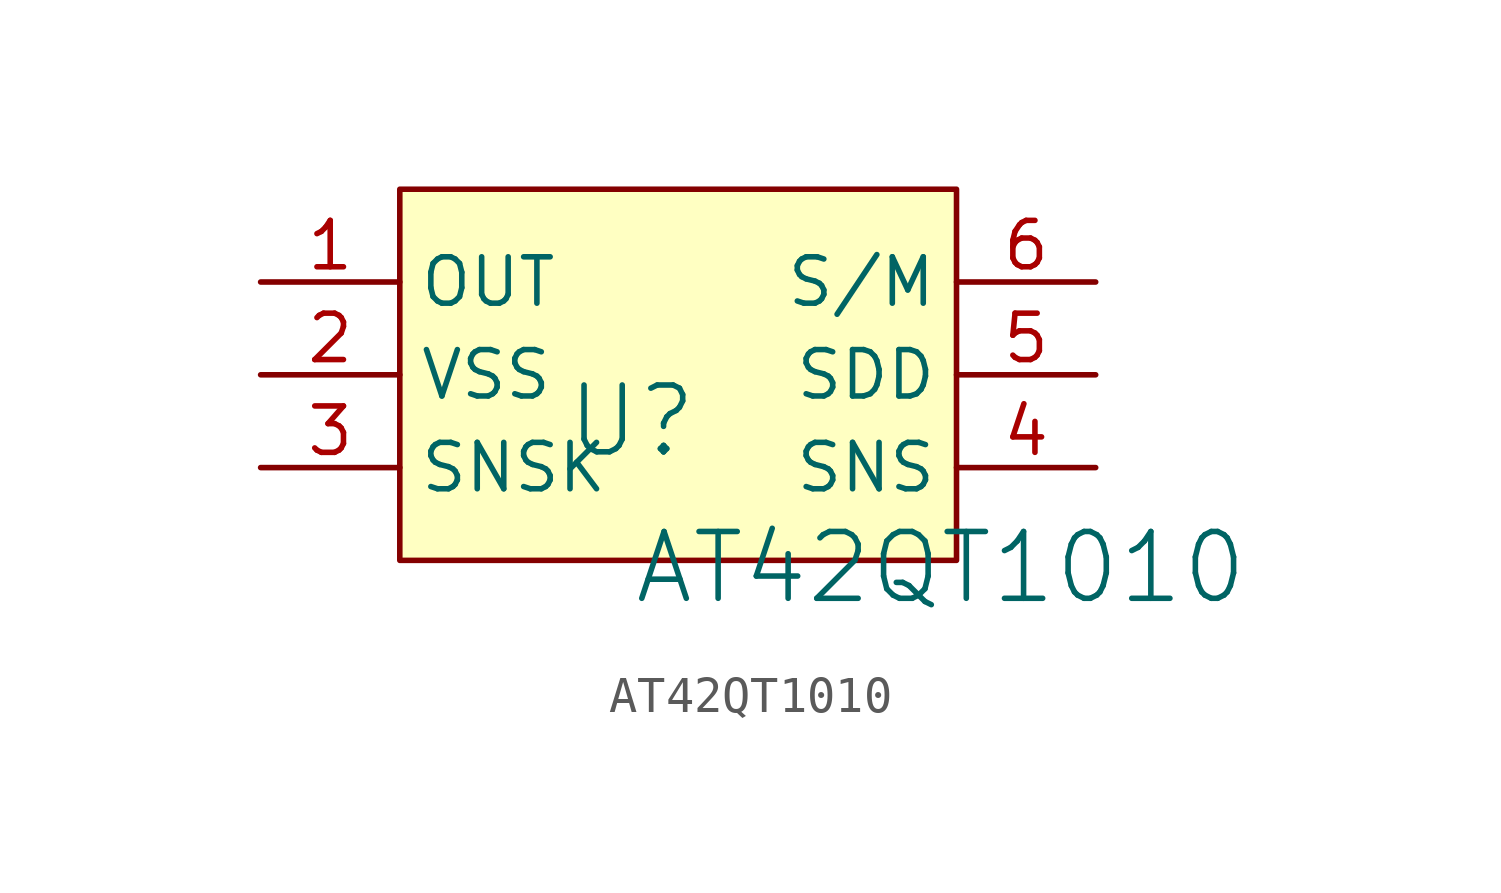
<source format=kicad_sym>
(kicad_symbol_lib
  (version 20241209)
  (generator "kicad_symbol_editor")
  (generator_version "9.0")
  (symbol "AT42QT1010"
    (property "Reference" "U"
      (at -1.27 1.27 0)
      (effects (font (size 1.829 1.829))))
    (property "Value" "AT42QT1010"
      (at -1.27 -3.81 0)
      (effects (font (size 1.829 1.829)) (justify left bottom)))
    (symbol "AT42QT1010_1_0"
      (rectangle (start 7.62 7.62) (end -7.62 -2.54) (stroke (width 0) (type solid)) (fill (type background)))
      (pin passive line (at -11.43 5.08 0) (length 3.81) (name "OUT" (effects (font (size 1.27 1.27)))) (number "1" (effects (font (size 1.27 1.27)))))
      (pin passive line (at -11.43 2.54 0) (length 3.81) (name "VSS" (effects (font (size 1.27 1.27)))) (number "2" (effects (font (size 1.27 1.27)))))
      (pin passive line (at -11.43 0 0) (length 3.81) (name "SNSK" (effects (font (size 1.27 1.27)))) (number "3" (effects (font (size 1.27 1.27)))))
      (pin passive line (at 11.43 5.08 180) (length 3.81) (name "S/M" (effects (font (size 1.27 1.27)))) (number "6" (effects (font (size 1.27 1.27)))))
      (pin passive line (at 11.43 2.54 180) (length 3.81) (name "SDD" (effects (font (size 1.27 1.27)))) (number "5" (effects (font (size 1.27 1.27)))))
      (pin passive line (at 11.43 0 180) (length 3.81) (name "SNS" (effects (font (size 1.27 1.27)))) (number "4" (effects (font (size 1.27 1.27))))))))
</source>
